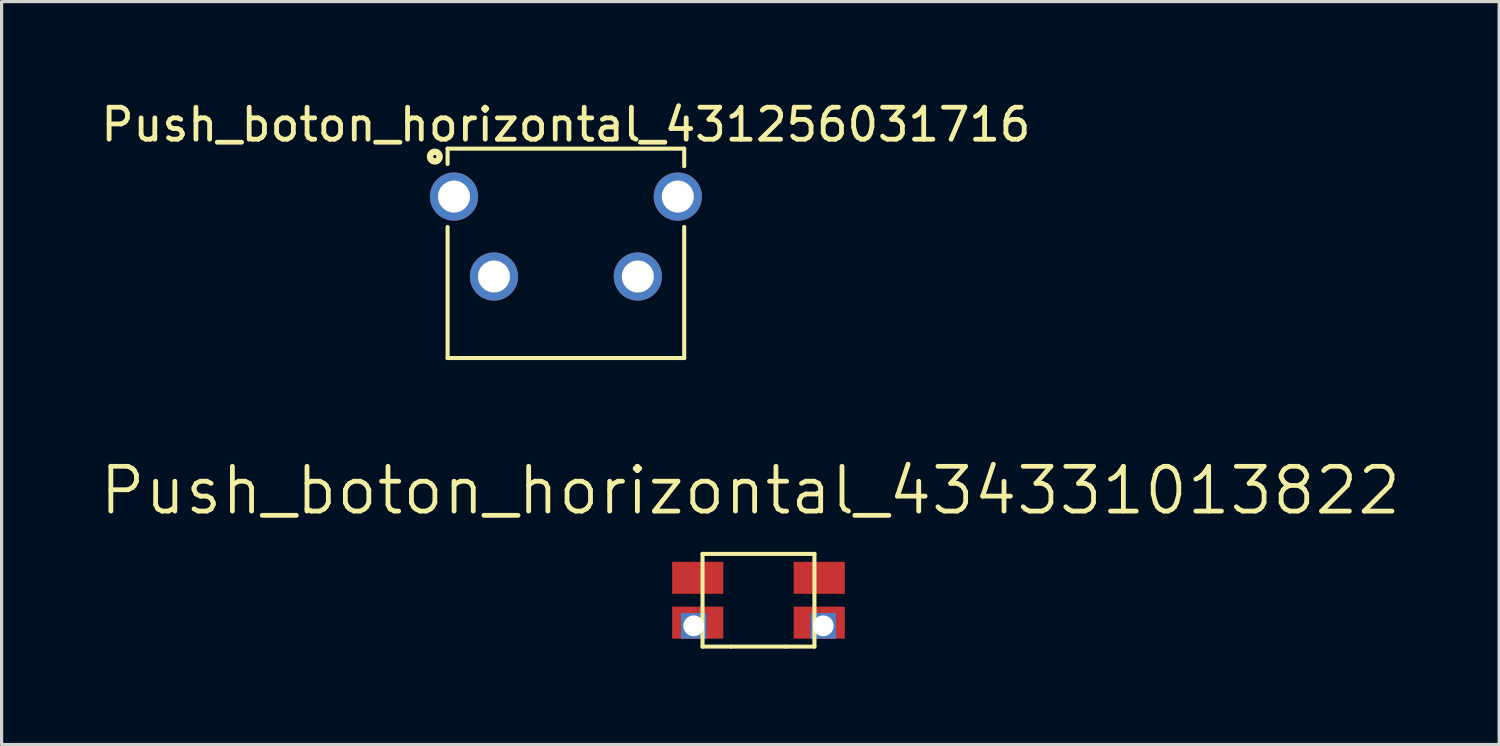
<source format=kicad_pcb>
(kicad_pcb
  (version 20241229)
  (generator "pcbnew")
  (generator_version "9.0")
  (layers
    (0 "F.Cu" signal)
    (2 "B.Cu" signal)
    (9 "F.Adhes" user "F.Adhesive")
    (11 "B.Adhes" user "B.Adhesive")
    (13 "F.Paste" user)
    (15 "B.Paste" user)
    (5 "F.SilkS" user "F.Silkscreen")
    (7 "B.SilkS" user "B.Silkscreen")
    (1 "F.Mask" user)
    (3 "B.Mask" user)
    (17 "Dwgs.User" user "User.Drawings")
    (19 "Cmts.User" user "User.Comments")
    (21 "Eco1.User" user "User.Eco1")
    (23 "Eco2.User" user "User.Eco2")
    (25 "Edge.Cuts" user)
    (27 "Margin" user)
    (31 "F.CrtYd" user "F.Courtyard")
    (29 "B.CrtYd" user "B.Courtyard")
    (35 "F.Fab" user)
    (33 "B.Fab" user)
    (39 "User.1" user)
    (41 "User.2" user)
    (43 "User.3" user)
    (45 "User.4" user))
  (footprint "Push_boton_horizontal_434331013822"
    (layer "F.Cu")
    (at 20.672 15.723)
    (property "Reference" "Push_boton_horizontal_434331013822" (at -0.254 -3.429 0) (layer "F.SilkS") (effects (font (size 1.4 1.4) (thickness 0.15))))
    (attr smd)
    (fp_poly (pts (xy -1.9 0.2) (xy -2.7 0.2) (xy -2.7 1.2) (xy -1.9 1.2) (xy -1.9 1.125) (xy -2.425 1.125) (xy -2.425 0.4) (xy -1.9 0.4)) (stroke (width 0.0001) (type solid)) (fill yes) (layer "F.Cu"))
    (fp_poly (pts (xy -1.9 0.2) (xy -1.1 0.2) (xy -1.1 1.2) (xy -1.9 1.2) (xy -1.9 1.125) (xy -1.625 1.125) (xy -1.625 0.4) (xy -1.9 0.4)) (stroke (width 0.0001) (type solid)) (fill yes) (layer "F.Cu"))
    (fp_poly (pts (xy 1.9 0.2) (xy 1.1 0.2) (xy 1.1 1.2) (xy 1.9 1.2) (xy 1.9 1.125) (xy 1.625 1.125) (xy 1.625 0.4) (xy 1.9 0.4)) (stroke (width 0.0001) (type solid)) (fill yes) (layer "F.Cu"))
    (fp_poly (pts (xy 1.9 0.2) (xy 2.7 0.2) (xy 2.7 1.2) (xy 1.9 1.2) (xy 1.9 1.125) (xy 2.425 1.125) (xy 2.425 0.4) (xy 1.9 0.4)) (stroke (width 0.0001) (type solid)) (fill yes) (layer "F.Cu"))
    (fp_poly (pts (xy -2.8 0.1) (xy -1 0.1) (xy -1 1.3) (xy -2.8 1.3)) (stroke (width 0) (type solid)) (fill yes) (layer "F.Mask"))
    (fp_poly (pts (xy 1 0.1) (xy 2.8 0.1) (xy 2.8 1.3) (xy 1 1.3)) (stroke (width 0) (type solid)) (fill yes) (layer "F.Mask"))
    (fp_line (start -1.75 -1.45) (end 1.75 -1.45) (stroke (width 0.127) (type solid)) (layer "F.SilkS"))
    (fp_line (start -1.75 1.45) (end -1.75 -1.45) (stroke (width 0.127) (type solid)) (layer "F.SilkS"))
    (fp_line (start -0.85 1.45) (end -1.75 1.45) (stroke (width 0.127) (type solid)) (layer "F.SilkS"))
    (fp_line (start 0.85 1.45) (end -0.85 1.45) (stroke (width 0.127) (type solid)) (layer "F.SilkS"))
    (fp_line (start 1.75 -1.45) (end 1.75 1.45) (stroke (width 0.127) (type solid)) (layer "F.SilkS"))
    (fp_line (start 1.75 1.45) (end 0.85 1.45) (stroke (width 0.127) (type solid)) (layer "F.SilkS"))
    (fp_poly (pts (xy -1.9 0.2) (xy -2.7 0.2) (xy -2.7 1.2) (xy -1.9 1.2) (xy -1.9 1.125) (xy -2.425 1.125) (xy -2.425 0.4) (xy -1.9 0.4)) (stroke (width 0.0001) (type solid)) (fill yes) (layer "F.Paste"))
    (fp_poly (pts (xy -1.9 0.2) (xy -1.1 0.2) (xy -1.1 1.2) (xy -1.9 1.2) (xy -1.9 1.125) (xy -1.625 1.125) (xy -1.625 0.4) (xy -1.9 0.4)) (stroke (width 0.0001) (type solid)) (fill yes) (layer "F.Paste"))
    (fp_poly (pts (xy 1.9 0.2) (xy 1.1 0.2) (xy 1.1 1.2) (xy 1.9 1.2) (xy 1.9 1.125) (xy 1.625 1.125) (xy 1.625 0.4) (xy 1.9 0.4)) (stroke (width 0.0001) (type solid)) (fill yes) (layer "F.Paste"))
    (fp_poly (pts (xy 1.9 0.2) (xy 2.7 0.2) (xy 2.7 1.2) (xy 1.9 1.2) (xy 1.9 1.125) (xy 2.425 1.125) (xy 2.425 0.4) (xy 1.9 0.4)) (stroke (width 0.0001) (type solid)) (fill yes) (layer "F.Paste"))
    (fp_poly (pts (xy -2.03 0.4) (xy -2.425 0.4) (xy -2.425 1.125) (xy -2.03 1.125) (xy -2.038 1.125) (xy -2.055 1.124) (xy -2.072 1.122) (xy -2.088 1.12) (xy -2.105 1.116) (xy -2.121 1.112) (xy -2.137 1.107) (xy -2.152 1.101) (xy -2.168 1.094) (xy -2.183 1.086) (xy -2.197 1.078) (xy -2.211 1.069) (xy -2.225 1.059) (xy -2.238 1.048) (xy -2.25 1.037) (xy -2.262 1.025) (xy -2.273 1.013) (xy -2.284 1) (xy -2.294 0.986) (xy -2.303 0.972) (xy -2.311 0.958) (xy -2.319 0.943) (xy -2.326 0.928) (xy -2.332 0.912) (xy -2.337 0.896) (xy -2.341 0.88) (xy -2.345 0.863) (xy -2.347 0.847) (xy -2.349 0.83) (xy -2.35 0.813) (xy -2.35 0.805) (xy -2.35 0.795) (xy -2.35 0.787) (xy -2.349 0.77) (xy -2.347 0.753) (xy -2.345 0.737) (xy -2.341 0.72) (xy -2.337 0.704) (xy -2.332 0.688) (xy -2.326 0.673) (xy -2.319 0.657) (xy -2.311 0.642) (xy -2.303 0.628) (xy -2.294 0.614) (xy -2.284 0.6) (xy -2.273 0.587) (xy -2.262 0.575) (xy -2.25 0.563) (xy -2.238 0.552) (xy -2.225 0.541) (xy -2.211 0.531) (xy -2.197 0.522) (xy -2.183 0.514) (xy -2.168 0.506) (xy -2.152 0.499) (xy -2.137 0.493) (xy -2.121 0.488) (xy -2.105 0.484) (xy -2.088 0.48) (xy -2.072 0.478) (xy -2.055 0.476) (xy -2.038 0.475) (xy -2.03 0.475)) (stroke (width 0.0001) (type solid)) (fill yes) (layer "F.Paste"))
    (fp_poly (pts (xy -2.03 0.4) (xy -1.625 0.4) (xy -1.625 1.125) (xy -2.03 1.125) (xy -2.02 1.125) (xy -2.012 1.125) (xy -1.995 1.124) (xy -1.978 1.122) (xy -1.962 1.12) (xy -1.945 1.116) (xy -1.929 1.112) (xy -1.913 1.107) (xy -1.897 1.101) (xy -1.882 1.094) (xy -1.867 1.086) (xy -1.853 1.078) (xy -1.839 1.069) (xy -1.825 1.059) (xy -1.812 1.048) (xy -1.8 1.037) (xy -1.788 1.025) (xy -1.777 1.013) (xy -1.766 1) (xy -1.756 0.986) (xy -1.747 0.972) (xy -1.739 0.958) (xy -1.731 0.943) (xy -1.724 0.928) (xy -1.718 0.912) (xy -1.713 0.896) (xy -1.709 0.88) (xy -1.705 0.863) (xy -1.703 0.847) (xy -1.701 0.83) (xy -1.7 0.813) (xy -1.7 0.805) (xy -1.7 0.796) (xy -1.701 0.779) (xy -1.703 0.762) (xy -1.705 0.745) (xy -1.709 0.728) (xy -1.713 0.711) (xy -1.719 0.695) (xy -1.725 0.679) (xy -1.732 0.663) (xy -1.74 0.647) (xy -1.749 0.633) (xy -1.758 0.618) (xy -1.768 0.604) (xy -1.779 0.591) (xy -1.791 0.578) (xy -1.803 0.566) (xy -1.816 0.554) (xy -1.829 0.543) (xy -1.843 0.533) (xy -1.858 0.524) (xy -1.872 0.515) (xy -1.888 0.507) (xy -1.904 0.5) (xy -1.92 0.494) (xy -1.936 0.488) (xy -1.953 0.484) (xy -1.97 0.48) (xy -1.987 0.478) (xy -2.004 0.476) (xy -2.021 0.475) (xy -2.03 0.475)) (stroke (width 0.0001) (type solid)) (fill yes) (layer "F.Paste"))
    (fp_poly (pts (xy 2.03 0.4) (xy 1.625 0.4) (xy 1.625 1.125) (xy 2.03 1.125) (xy 2.02 1.125) (xy 2.012 1.125) (xy 1.995 1.124) (xy 1.978 1.122) (xy 1.962 1.12) (xy 1.945 1.116) (xy 1.929 1.112) (xy 1.913 1.107) (xy 1.897 1.101) (xy 1.882 1.094) (xy 1.867 1.086) (xy 1.853 1.078) (xy 1.839 1.069) (xy 1.825 1.059) (xy 1.812 1.048) (xy 1.8 1.037) (xy 1.788 1.025) (xy 1.777 1.013) (xy 1.766 1) (xy 1.756 0.986) (xy 1.747 0.972) (xy 1.739 0.958) (xy 1.731 0.943) (xy 1.724 0.928) (xy 1.718 0.912) (xy 1.713 0.896) (xy 1.709 0.88) (xy 1.705 0.863) (xy 1.703 0.847) (xy 1.701 0.83) (xy 1.7 0.813) (xy 1.7 0.805) (xy 1.7 0.796) (xy 1.701 0.779) (xy 1.703 0.762) (xy 1.705 0.745) (xy 1.709 0.728) (xy 1.713 0.711) (xy 1.719 0.695) (xy 1.725 0.679) (xy 1.732 0.663) (xy 1.74 0.647) (xy 1.749 0.633) (xy 1.758 0.618) (xy 1.768 0.604) (xy 1.779 0.591) (xy 1.791 0.578) (xy 1.803 0.566) (xy 1.816 0.554) (xy 1.829 0.543) (xy 1.843 0.533) (xy 1.858 0.524) (xy 1.872 0.515) (xy 1.888 0.507) (xy 1.904 0.5) (xy 1.92 0.494) (xy 1.936 0.488) (xy 1.953 0.484) (xy 1.97 0.48) (xy 1.987 0.478) (xy 2.004 0.476) (xy 2.021 0.475) (xy 2.03 0.475)) (stroke (width 0.0001) (type solid)) (fill yes) (layer "F.Paste"))
    (fp_poly (pts (xy 2.03 0.4) (xy 2.425 0.4) (xy 2.425 1.125) (xy 2.03 1.125) (xy 2.038 1.125) (xy 2.055 1.124) (xy 2.072 1.122) (xy 2.088 1.12) (xy 2.105 1.116) (xy 2.121 1.112) (xy 2.137 1.107) (xy 2.152 1.101) (xy 2.168 1.094) (xy 2.183 1.086) (xy 2.197 1.078) (xy 2.211 1.069) (xy 2.225 1.059) (xy 2.238 1.048) (xy 2.25 1.037) (xy 2.262 1.025) (xy 2.273 1.013) (xy 2.284 1) (xy 2.294 0.986) (xy 2.303 0.972) (xy 2.311 0.958) (xy 2.319 0.943) (xy 2.326 0.928) (xy 2.332 0.912) (xy 2.337 0.896) (xy 2.341 0.88) (xy 2.345 0.863) (xy 2.347 0.847) (xy 2.349 0.83) (xy 2.35 0.813) (xy 2.35 0.805) (xy 2.35 0.795) (xy 2.35 0.787) (xy 2.349 0.77) (xy 2.347 0.753) (xy 2.345 0.737) (xy 2.341 0.72) (xy 2.337 0.704) (xy 2.332 0.688) (xy 2.326 0.673) (xy 2.319 0.657) (xy 2.311 0.642) (xy 2.303 0.628) (xy 2.294 0.614) (xy 2.284 0.6) (xy 2.273 0.587) (xy 2.262 0.575) (xy 2.25 0.563) (xy 2.238 0.552) (xy 2.225 0.541) (xy 2.211 0.531) (xy 2.197 0.522) (xy 2.183 0.514) (xy 2.168 0.506) (xy 2.152 0.499) (xy 2.137 0.493) (xy 2.121 0.488) (xy 2.105 0.484) (xy 2.088 0.48) (xy 2.072 0.478) (xy 2.055 0.476) (xy 2.038 0.475) (xy 2.03 0.475)) (stroke (width 0.0001) (type solid)) (fill yes) (layer "F.Paste"))
    (fp_line (start -2.7 0.2) (end -1.1 0.2) (stroke (width 0.1) (type solid)) (layer "Eco2.User"))
    (fp_line (start -2.7 1.2) (end -2.7 0.2) (stroke (width 0.1) (type solid)) (layer "Eco2.User"))
    (fp_line (start -1.1 0.2) (end -1.1 1.2) (stroke (width 0.1) (type solid)) (layer "Eco2.User"))
    (fp_line (start -1.1 1.2) (end -2.7 1.2) (stroke (width 0.1) (type solid)) (layer "Eco2.User"))
    (fp_line (start 1.1 0.2) (end 2.7 0.2) (stroke (width 0.1) (type solid)) (layer "Eco2.User"))
    (fp_line (start 1.1 1.2) (end 1.1 0.2) (stroke (width 0.1) (type solid)) (layer "Eco2.User"))
    (fp_line (start 2.7 0.2) (end 2.7 1.2) (stroke (width 0.1) (type solid)) (layer "Eco2.User"))
    (fp_line (start 2.7 1.2) (end 1.1 1.2) (stroke (width 0.1) (type solid)) (layer "Eco2.User"))
    (pad "1" smd rect (at -1.9 -0.7) (size 1.6 1) (layers "F.Cu" "F.Mask" "F.Paste"))
    (pad "2" smd rect (at 1.9 -0.7) (size 1.6 1) (layers "F.Cu" "F.Mask" "F.Paste"))
    (pad "3" thru_hole rect (at -2.025 0.8) (size 0.8 0.8) (drill 0.65) (layers "*.Cu" "*.Mask"))
    (pad "4" thru_hole rect (at 2.025 0.8) (size 0.8 0.8) (drill 0.65) (layers "*.Cu" "*.Mask")))
  (footprint "Push_boton_horizontal_431256031716"
    (layer "F.Cu")
    (at 14.649 4.348)
    (property "Reference" "Push_boton_horizontal_431256031716" (at 0 -3.5 0) (layer "F.SilkS") (effects (font (size 1 1) (thickness 0.15))))
    (attr through_hole)
    (fp_line (start -3.7 -2.75) (end 3.7 -2.75) (stroke (width 0.127) (type solid)) (layer "F.SilkS"))
    (fp_line (start -3.7 -2.27) (end -3.7 -2.75) (stroke (width 0.127) (type solid)) (layer "F.SilkS"))
    (fp_line (start -3.7 -0.3) (end -3.7 3.8) (stroke (width 0.127) (type solid)) (layer "F.SilkS"))
    (fp_line (start -3.7 3.8) (end 3.7 3.8) (stroke (width 0.127) (type solid)) (layer "F.SilkS"))
    (fp_line (start 3.7 -2.2) (end 3.7 -2.75) (stroke (width 0.127) (type solid)) (layer "F.SilkS"))
    (fp_line (start 3.7 -0.3) (end 3.7 3.8) (stroke (width 0.127) (type solid)) (layer "F.SilkS"))
    (fp_circle (center -4.1 -2.5) (end -4.05 -2.5) (stroke (width 0.2) (type solid)) (fill no) (layer "F.SilkS"))
    (pad "1" thru_hole circle (at -3.5 -1.25) (size 1.508 1.508) (drill 1) (layers "*.Cu" "*.Mask"))
    (pad "2" thru_hole circle (at -2.25 1.25) (size 1.508 1.508) (drill 1) (layers "*.Cu" "*.Mask"))
    (pad "3" thru_hole circle (at 2.25 1.25) (size 1.508 1.508) (drill 1) (layers "*.Cu" "*.Mask"))
    (pad "4" thru_hole circle (at 3.5 -1.25) (size 1.508 1.508) (drill 1) (layers "*.Cu" "*.Mask")))
  (gr_rect
    (start -3 -3)
    (end 43.837 20.236)
    (stroke (width 0.1) (type default))
    (fill no)
    (layer "Edge.Cuts")))
</source>
